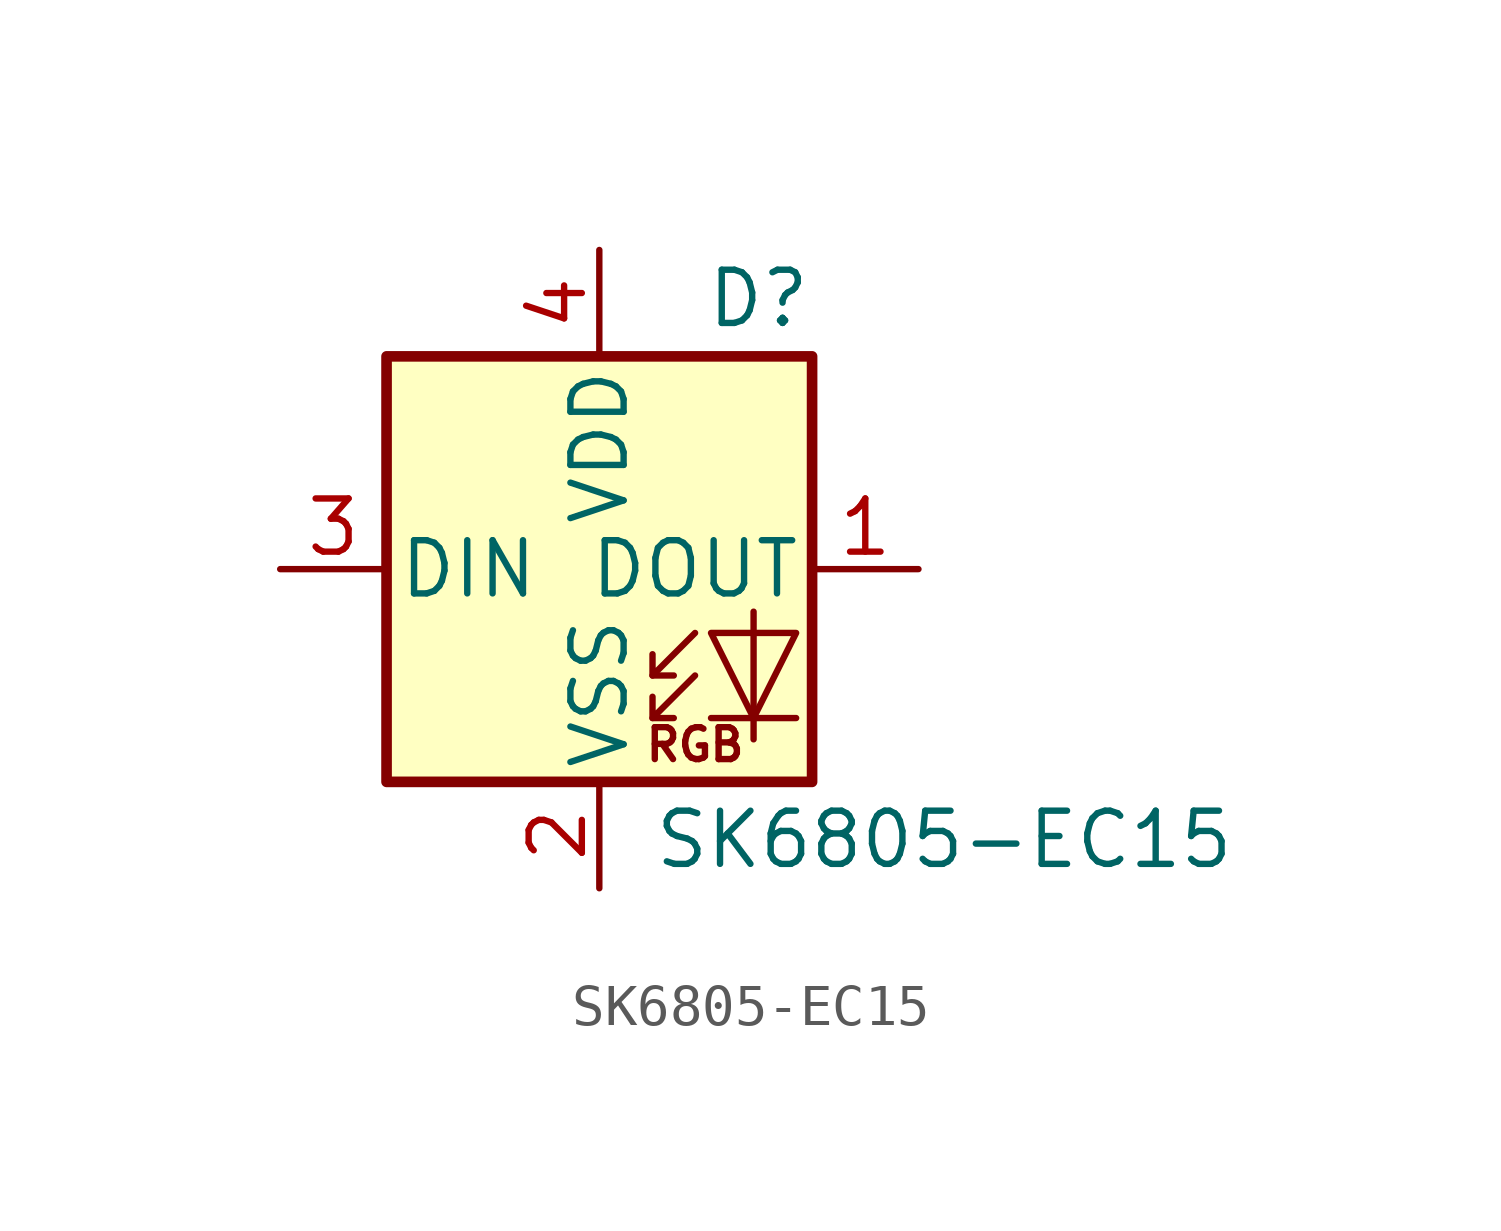
<source format=kicad_sym>
(kicad_symbol_lib
  (version 20211014)
  (generator kicad_symbol_editor)
  (symbol "SK6805-EC15"
    (pin_names
      (offset 0.254))
    (property "Reference" "D"
      (at 5.08 5.715 0)
      (effects (font (size 1.27 1.27)) (justify right bottom)))
    (property "Value" "SK6805-EC15"
      (at 1.27 -5.715 0)
      (effects (font (size 1.27 1.27)) (justify left top)))
    (symbol "SK6805-EC15_0_0"
      (text "RGB" (at 2.286 -4.191 0) (effects (font (size 0.762 0.762)))))
    (symbol "SK6805-EC15_0_1"
      (polyline (pts (xy 1.27 -3.556) (xy 1.778 -3.556)) (stroke (width 0) (type default) (color 0 0 0 0)) (fill (type none)))
      (polyline (pts (xy 1.27 -2.54) (xy 1.778 -2.54)) (stroke (width 0) (type default) (color 0 0 0 0)) (fill (type none)))
      (polyline (pts (xy 4.699 -3.556) (xy 2.667 -3.556)) (stroke (width 0) (type default) (color 0 0 0 0)) (fill (type none)))
      (polyline (pts (xy 2.286 -2.54) (xy 1.27 -3.556) (xy 1.27 -3.048)) (stroke (width 0) (type default) (color 0 0 0 0)) (fill (type none)))
      (polyline (pts (xy 2.286 -1.524) (xy 1.27 -2.54) (xy 1.27 -2.032)) (stroke (width 0) (type default) (color 0 0 0 0)) (fill (type none)))
      (polyline (pts (xy 3.683 -1.016) (xy 3.683 -3.556) (xy 3.683 -4.064)) (stroke (width 0) (type default) (color 0 0 0 0)) (fill (type none)))
      (polyline (pts (xy 4.699 -1.524) (xy 2.667 -1.524) (xy 3.683 -3.556) (xy 4.699 -1.524)) (stroke (width 0) (type default) (color 0 0 0 0)) (fill (type none)))
      (rectangle (start 5.08 5.08) (end -5.08 -5.08) (stroke (width 0.254) (type default) (color 0 0 0 0)) (fill (type background))))
    (symbol "SK6805-EC15_1_1"
      (pin output line (at 7.62 0 180) (length 2.54) (name "DOUT" (effects (font (size 1.27 1.27)))) (number "1" (effects (font (size 1.27 1.27)))))
      (pin power_in line (at 0 -7.62 90) (length 2.54) (name "VSS" (effects (font (size 1.27 1.27)))) (number "2" (effects (font (size 1.27 1.27)))))
      (pin input line (at -7.62 0 0) (length 2.54) (name "DIN" (effects (font (size 1.27 1.27)))) (number "3" (effects (font (size 1.27 1.27)))))
      (pin power_in line (at 0 7.62 270) (length 2.54) (name "VDD" (effects (font (size 1.27 1.27)))) (number "4" (effects (font (size 1.27 1.27))))))))
</source>
